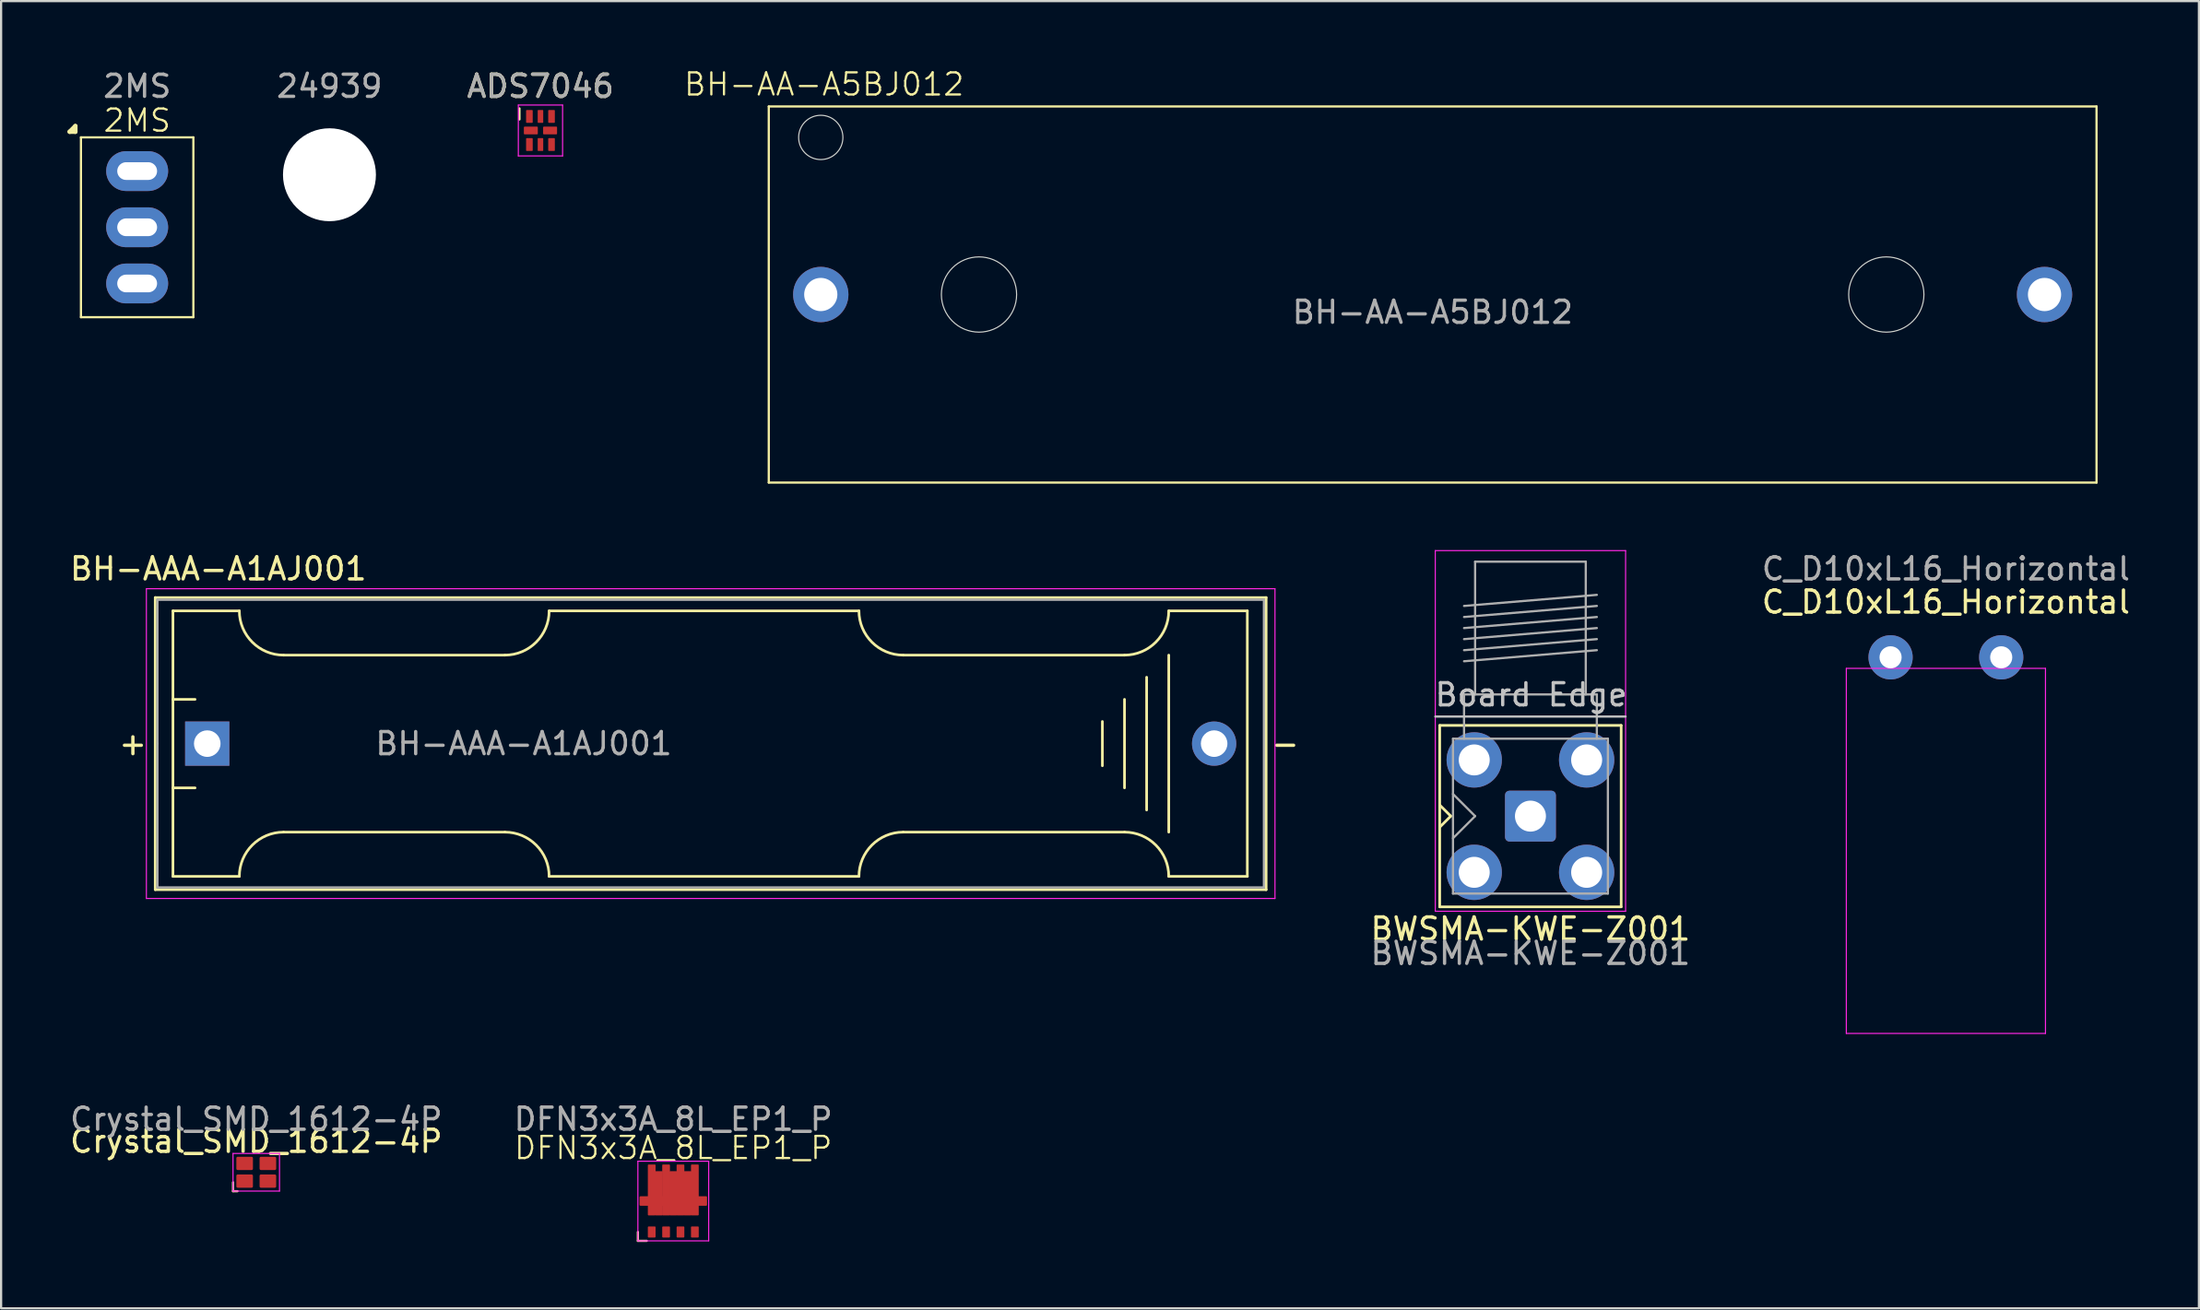
<source format=kicad_pcb>
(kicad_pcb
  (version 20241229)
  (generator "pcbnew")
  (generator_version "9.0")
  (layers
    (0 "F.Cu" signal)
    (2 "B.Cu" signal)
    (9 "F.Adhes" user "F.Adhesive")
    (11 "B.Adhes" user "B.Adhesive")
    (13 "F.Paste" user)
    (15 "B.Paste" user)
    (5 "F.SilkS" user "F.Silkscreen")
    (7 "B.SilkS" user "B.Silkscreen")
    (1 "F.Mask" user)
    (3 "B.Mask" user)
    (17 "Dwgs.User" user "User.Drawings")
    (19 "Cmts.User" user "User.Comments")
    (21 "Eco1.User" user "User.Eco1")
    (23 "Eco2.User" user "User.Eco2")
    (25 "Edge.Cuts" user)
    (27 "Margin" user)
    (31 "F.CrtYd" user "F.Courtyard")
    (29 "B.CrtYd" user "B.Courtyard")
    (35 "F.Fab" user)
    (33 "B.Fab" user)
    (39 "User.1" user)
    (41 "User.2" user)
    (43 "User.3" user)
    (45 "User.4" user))
  (footprint "DFN3x3A_8L_EP1_P"
    (layer "F.Cu")
    (at 27.375 51.232)
    (property "Reference" "DFN3x3A_8L_EP1_P" (at 0 -2.4 0) (unlocked yes) (layer "F.SilkS") (effects (font (size 1 1) (thickness 0.1))))
    (attr smd)
    (fp_line (start -1.6 1.8) (end -1.6 1.4) (stroke (width 0.1) (type default)) (layer "F.SilkS"))
    (fp_line (start -1.6 1.8) (end -1.2 1.8) (stroke (width 0.1) (type default)) (layer "F.SilkS"))
    (fp_line (start -1.6 -1.8) (end 1.6 -1.8) (stroke (width 0.05) (type default)) (layer "F.CrtYd"))
    (fp_line (start -1.6 1.8) (end -1.6 -1.8) (stroke (width 0.05) (type default)) (layer "F.CrtYd"))
    (fp_line (start 1.6 -1.8) (end 1.6 1.8) (stroke (width 0.05) (type default)) (layer "F.CrtYd"))
    (fp_line (start 1.6 1.8) (end -1.6 1.8) (stroke (width 0.05) (type default)) (layer "F.CrtYd"))
    (fp_text user "${REFERENCE}" (at 0 -3.7 0) (unlocked yes) (layer "F.Fab") (effects (font (size 1 1) (thickness 0.15))))
    (pad "1" smd roundrect (at -0.975 1.4) (size 0.35 0.5) (layers "F.Cu" "F.Mask" "F.Paste") (roundrect_rratio 0.1))
    (pad "2" smd roundrect (at -0.325 1.4) (size 0.35 0.5) (layers "F.Cu" "F.Mask" "F.Paste") (roundrect_rratio 0.1))
    (pad "3" smd roundrect (at 0.325 1.4) (size 0.35 0.5) (layers "F.Cu" "F.Mask" "F.Paste") (roundrect_rratio 0.1))
    (pad "4" smd roundrect (at 0.975 1.4) (size 0.35 0.5) (layers "F.Cu" "F.Mask" "F.Paste") (roundrect_rratio 0.1))
    (pad "5" smd roundrect (at 0.975 -0.5) (size 0.35 2.3) (layers "F.Cu" "F.Mask" "F.Paste") (roundrect_rratio 0.1))
    (pad "6" smd roundrect (at 0.325 -0.5) (size 0.35 2.3) (layers "F.Cu" "F.Mask" "F.Paste") (roundrect_rratio 0.1))
    (pad "6" smd roundrect (at 0.65 -0.35) (size 0.35 2) (layers "F.Cu" "F.Mask" "F.Paste") (roundrect_rratio 0.1))
    (pad "7" smd roundrect (at -0.325 -0.5) (size 0.35 2.3) (layers "F.Cu" "F.Mask" "F.Paste") (roundrect_rratio 0.1))
    (pad "7" smd roundrect (at 0 -0.35) (size 0.35 2) (layers "F.Cu" "F.Mask" "F.Paste") (roundrect_rratio 0.1))
    (pad "7" smd roundrect (at 0 0) (size 3.05 0.43) (layers "F.Cu" "F.Mask" "F.Paste") (roundrect_rratio 0.1))
    (pad "8" smd roundrect (at -0.975 -0.5) (size 0.35 2.3) (layers "F.Cu" "F.Mask" "F.Paste") (roundrect_rratio 0.1))
    (pad "8" smd roundrect (at -0.65 -0.35) (size 0.35 2) (layers "F.Cu" "F.Mask" "F.Paste") (roundrect_rratio 0.1)))
  (footprint "Crystal_SMD_1612-4P"
    (layer "F.Cu")
    (at 8.53 49.932)
    (property "Reference" "Crystal_SMD_1612-4P" (at 0 -1.4 0) (unlocked yes) (layer "F.SilkS") (effects (font (size 1 1) (thickness 0.15))))
    (attr smd)
    (fp_line (start -1.049 0.455) (end -1.049 0.855) (stroke (width 0.1) (type default)) (layer "F.SilkS"))
    (fp_line (start -1.049 0.855) (end -0.849 0.855) (stroke (width 0.1) (type default)) (layer "F.SilkS"))
    (fp_line (start -1.05 -0.85) (end 1.05 -0.85) (stroke (width 0.05) (type default)) (layer "F.CrtYd"))
    (fp_line (start -1.05 0.85) (end -1.05 -0.85) (stroke (width 0.05) (type default)) (layer "F.CrtYd"))
    (fp_line (start 1.05 -0.85) (end 1.05 0.85) (stroke (width 0.05) (type default)) (layer "F.CrtYd"))
    (fp_line (start 1.05 0.85) (end -1.05 0.85) (stroke (width 0.05) (type default)) (layer "F.CrtYd"))
    (fp_text user "${REFERENCE}" (at 0 -2.4 0) (unlocked yes) (layer "F.Fab") (effects (font (size 1 1) (thickness 0.15))))
    (pad "1" smd roundrect (at -0.525 0.4) (size 0.75 0.6) (layers "F.Cu" "F.Mask" "F.Paste") (roundrect_rratio 0.1))
    (pad "2" smd roundrect (at 0.525 0.4) (size 0.75 0.6) (layers "F.Cu" "F.Mask" "F.Paste") (roundrect_rratio 0.1))
    (pad "3" smd roundrect (at 0.525 -0.4) (size 0.75 0.6) (layers "F.Cu" "F.Mask" "F.Paste") (roundrect_rratio 0.1))
    (pad "4" smd roundrect (at -0.525 -0.4) (size 0.75 0.6) (layers "F.Cu" "F.Mask" "F.Paste") (roundrect_rratio 0.1)))
  (footprint "BWSMA-KWE-Z001"
    (layer "F.Cu")
    (at 66.109 33.836)
    (property "Reference" "BWSMA-KWE-Z001" (at 0 5.1 0) (unlocked yes) (layer "F.SilkS") (effects (font (size 1 1) (thickness 0.15))))
    (attr through_hole)
    (fp_line (start -4.1 -4.1) (end -4.1 4.1) (stroke (width 0.12) (type solid)) (layer "F.SilkS"))
    (fp_line (start -4.1 -4.1) (end 4.1 -4.1) (stroke (width 0.12) (type solid)) (layer "F.SilkS"))
    (fp_line (start -4.1 0.5) (end -3.6 0) (stroke (width 0.12) (type solid)) (layer "F.SilkS"))
    (fp_line (start -4.1 4.1) (end 4.1 4.1) (stroke (width 0.12) (type solid)) (layer "F.SilkS"))
    (fp_line (start -3.6 0) (end -4.1 -0.5) (stroke (width 0.12) (type solid)) (layer "F.SilkS"))
    (fp_line (start 4.1 -4.1) (end 4.1 4.1) (stroke (width 0.12) (type solid)) (layer "F.SilkS"))
    (fp_line (start 4.3 -4.5) (end -4.3 -4.5) (stroke (width 0.1) (type solid)) (layer "Dwgs.User"))
    (fp_line (start -4.3 -12) (end -4.3 4.3) (stroke (width 0.05) (type solid)) (layer "F.CrtYd"))
    (fp_line (start -4.3 -12) (end 4.3 -12) (stroke (width 0.05) (type solid)) (layer "F.CrtYd"))
    (fp_line (start 4.3 4.3) (end -4.3 4.3) (stroke (width 0.05) (type solid)) (layer "F.CrtYd"))
    (fp_line (start 4.3 4.3) (end 4.3 -12) (stroke (width 0.05) (type solid)) (layer "F.CrtYd"))
    (fp_line (start -3.5 -3.5) (end -3.5 3.5) (stroke (width 0.1) (type solid)) (layer "F.Fab"))
    (fp_line (start -3.5 -3.5) (end 3.5 -3.5) (stroke (width 0.1) (type solid)) (layer "F.Fab"))
    (fp_line (start -3.5 -1) (end -2.5 0) (stroke (width 0.1) (type solid)) (layer "F.Fab"))
    (fp_line (start -3.5 3.5) (end 3.5 3.5) (stroke (width 0.1) (type solid)) (layer "F.Fab"))
    (fp_line (start -3 -9.5) (end 3 -10) (stroke (width 0.1) (type solid)) (layer "F.Fab"))
    (fp_line (start -3 -9) (end 3 -9.5) (stroke (width 0.1) (type solid)) (layer "F.Fab"))
    (fp_line (start -3 -8.5) (end 3 -9) (stroke (width 0.1) (type solid)) (layer "F.Fab"))
    (fp_line (start -3 -8) (end 3 -8.5) (stroke (width 0.1) (type solid)) (layer "F.Fab"))
    (fp_line (start -3 -7.5) (end 3 -8) (stroke (width 0.1) (type solid)) (layer "F.Fab"))
    (fp_line (start -3 -7) (end 3 -7.5) (stroke (width 0.1) (type solid)) (layer "F.Fab"))
    (fp_line (start -3 -5.5) (end -3 -3.5) (stroke (width 0.1) (type solid)) (layer "F.Fab"))
    (fp_line (start -2.5 -11.5) (end -2.5 -5.5) (stroke (width 0.1) (type solid)) (layer "F.Fab"))
    (fp_line (start -2.5 -11.5) (end 2.5 -11.5) (stroke (width 0.1) (type solid)) (layer "F.Fab"))
    (fp_line (start -2.5 0) (end -3.5 1) (stroke (width 0.1) (type solid)) (layer "F.Fab"))
    (fp_line (start 2.5 -11.5) (end 2.5 -5.5) (stroke (width 0.1) (type solid)) (layer "F.Fab"))
    (fp_line (start 3 -5.5) (end -3 -5.5) (stroke (width 0.1) (type solid)) (layer "F.Fab"))
    (fp_line (start 3 -5.5) (end 3 -3.5) (stroke (width 0.1) (type solid)) (layer "F.Fab"))
    (fp_line (start 3.5 -3.5) (end 3.5 3.5) (stroke (width 0.1) (type solid)) (layer "F.Fab"))
    (fp_text user "Board Edge" (at -4.4 -4.9 0) (unlocked yes) (layer "Dwgs.User") (effects (font (size 1 1) (thickness 0.15)) (justify left bottom)))
    (fp_text user "${REFERENCE}" (at 0 6.2 0) (layer "F.Fab") (effects (font (size 1 1) (thickness 0.15))))
    (pad "1" thru_hole roundrect (at 0 0) (size 2.3 2.3) (drill 1.4) (layers "*.Cu" "*.Mask") (remove_unused_layers yes) (keep_end_layers yes) (zone_layer_connections) (roundrect_rratio 0.087))
    (pad "2" thru_hole circle (at -2.54 -2.54) (size 2.5 2.5) (drill 1.4) (layers "*.Cu" "*.Mask") (remove_unused_layers yes) (keep_end_layers yes) (zone_layer_connections))
    (pad "2" thru_hole circle (at -2.54 2.54) (size 2.5 2.5) (drill 1.4) (layers "*.Cu" "*.Mask") (remove_unused_layers yes) (keep_end_layers yes) (zone_layer_connections))
    (pad "2" thru_hole circle (at 2.54 -2.54) (size 2.5 2.5) (drill 1.4) (layers "*.Cu" "*.Mask") (remove_unused_layers yes) (keep_end_layers yes) (zone_layer_connections))
    (pad "2" thru_hole circle (at 2.54 2.54) (size 2.5 2.5) (drill 1.4) (layers "*.Cu" "*.Mask") (remove_unused_layers yes) (keep_end_layers yes) (zone_layer_connections)))
  (footprint "2MS"
    (layer "F.Cu")
    (at 3.148 4.682)
    (property "Reference" "2MS" (at 0 -2.286 0) (unlocked yes) (layer "F.SilkS") (effects (font (size 1 1) (thickness 0.1))))
    (attr through_hole)
    (fp_line (start -3.048 -1.778) (end -2.794 -1.778) (stroke (width 0.2) (type default)) (layer "F.SilkS"))
    (fp_line (start -2.794 -2.032) (end -3.048 -1.778) (stroke (width 0.2) (type default)) (layer "F.SilkS"))
    (fp_line (start -2.794 -1.778) (end -2.794 -2.032) (stroke (width 0.2) (type default)) (layer "F.SilkS"))
    (fp_line (start -2.54 -1.524) (end -2.54 6.604) (stroke (width 0.1) (type default)) (layer "F.SilkS"))
    (fp_line (start -2.54 6.604) (end 2.54 6.604) (stroke (width 0.1) (type default)) (layer "F.SilkS"))
    (fp_line (start 2.54 -1.524) (end -2.54 -1.524) (stroke (width 0.1) (type default)) (layer "F.SilkS"))
    (fp_line (start 2.54 6.604) (end 2.54 -1.524) (stroke (width 0.1) (type default)) (layer "F.SilkS"))
    (fp_text user "${REFERENCE}" (at 0 -3.834 0) (unlocked yes) (layer "F.Fab") (effects (font (size 1 1) (thickness 0.15))))
    (pad "1" thru_hole oval (at 0 0) (size 2.8 1.8) (drill oval 1.8 0.8) (layers "*.Cu" "*.Mask"))
    (pad "2" thru_hole oval (at 0 2.54) (size 2.8 1.8) (drill oval 1.8 0.8) (layers "*.Cu" "*.Mask"))
    (pad "3" thru_hole oval (at 0 5.08) (size 2.8 1.8) (drill oval 1.8 0.8) (layers "*.Cu" "*.Mask")))
  (footprint "24939"
    (layer "F.Cu")
    (at 11.838 4.848)
    (property "Reference" "24939" (at 0 -4 0) (unlocked yes) (layer "F.SilkS") (effects (font (size 1 1) (thickness 0.1))))
    (attr through_hole)
    (fp_text user "${REFERENCE}" (at 0 -4 0) (unlocked yes) (layer "F.Fab") (effects (font (size 1 1) (thickness 0.15))))
    (pad "MP" thru_hole circle (at 0 0) (size 6.2 6.2) (drill 4.2) (layers "*.Cu" "F.Mask") (remove_unused_layers yes) (zone_layer_connections)))
  (footprint "ADS7046"
    (layer "F.Cu")
    (at 21.373 2.848)
    (property "Reference" "ADS7046" (at 0 -2 0) (unlocked yes) (layer "F.SilkS") (effects (font (size 1 1) (thickness 0.15))))
    (attr smd)
    (fp_line (start -0.95 -1) (end -0.95 -0.5) (stroke (width 0.1) (type default)) (layer "F.SilkS"))
    (fp_line (start -1 1.15) (end -1 -1.15) (stroke (width 0.05) (type default)) (layer "F.CrtYd"))
    (fp_line (start 1 -1.15) (end -1 -1.15) (stroke (width 0.05) (type default)) (layer "F.CrtYd"))
    (fp_line (start 1 1.15) (end -1 1.15) (stroke (width 0.05) (type default)) (layer "F.CrtYd"))
    (fp_line (start 1 1.15) (end 1 -1.15) (stroke (width 0.05) (type default)) (layer "F.CrtYd"))
    (fp_text user "${REFERENCE}" (at 0 -2 0) (unlocked yes) (layer "F.Fab") (effects (font (size 1 1) (thickness 0.15))))
    (pad "1" smd roundrect (at -0.5 -0.635) (size 0.3 0.58) (layers "F.Cu" "F.Mask" "F.Paste") (roundrect_rratio 0.1))
    (pad "2" smd roundrect (at 0 -0.635) (size 0.25 0.58) (layers "F.Cu" "F.Mask" "F.Paste") (roundrect_rratio 0.1))
    (pad "3" smd roundrect (at 0.5 -0.635) (size 0.3 0.58) (layers "F.Cu" "F.Mask" "F.Paste") (roundrect_rratio 0.1))
    (pad "4" smd roundrect (at 0.435 0) (size 0.63 0.35) (layers "F.Cu" "F.Mask" "F.Paste") (roundrect_rratio 0.1))
    (pad "5" smd roundrect (at 0.5 0.635) (size 0.3 0.58) (layers "F.Cu" "F.Mask" "F.Paste") (roundrect_rratio 0.1))
    (pad "6" smd roundrect (at 0 0.635) (size 0.25 0.58) (layers "F.Cu" "F.Mask" "F.Paste") (roundrect_rratio 0.1))
    (pad "7" smd roundrect (at -0.5 0.635) (size 0.3 0.58) (layers "F.Cu" "F.Mask" "F.Paste") (roundrect_rratio 0.1))
    (pad "8" smd roundrect (at -0.435 0) (size 0.63 0.35) (layers "F.Cu" "F.Mask" "F.Paste") (roundrect_rratio 0.1)))
  (footprint "C_D10xL16_Horizontal"
    (layer "F.Cu")
    (at 82.383 26.659)
    (property "Reference" "C_D10xL16_Horizontal" (at 2.5 -2.5 0) (unlocked yes) (layer "F.SilkS") (effects (font (size 1 1) (thickness 0.15))))
    (attr through_hole)
    (fp_line (start -2 0.5) (end -2 17) (stroke (width 0.05) (type default)) (layer "F.CrtYd"))
    (fp_line (start -2 17) (end 7 17) (stroke (width 0.05) (type default)) (layer "F.CrtYd"))
    (fp_line (start 7 0.5) (end -2 0.5) (stroke (width 0.05) (type default)) (layer "F.CrtYd"))
    (fp_line (start 7 17) (end 7 0.5) (stroke (width 0.05) (type default)) (layer "F.CrtYd"))
    (fp_text user "${REFERENCE}" (at 2.5 -4 0) (unlocked yes) (layer "F.Fab") (effects (font (size 1 1) (thickness 0.15))))
    (pad "1" thru_hole circle (at 0 0) (size 2 2) (drill 1) (layers "*.Cu" "*.Mask") (remove_unused_layers yes) (keep_end_layers yes) (zone_layer_connections))
    (pad "2" thru_hole circle (at 5 0) (size 2 2) (drill 1) (layers "*.Cu" "*.Mask") (remove_unused_layers yes) (keep_end_layers yes) (zone_layer_connections)))
  (footprint "BH-AAA-A1AJ001"
    (layer "F.Cu")
    (at 6.815 30.559)
    (property "Reference" "BH-AAA-A1AJ001" (at 0 -7.9 0) (unlocked yes) (layer "F.SilkS") (effects (font (size 1 1) (thickness 0.15))))
    (attr through_hole)
    (fp_line (start -2.85 -6.6) (end -2.85 6.6) (stroke (width 0.12) (type solid)) (layer "F.SilkS"))
    (fp_line (start -2.85 6.6) (end 47.35 6.6) (stroke (width 0.12) (type solid)) (layer "F.SilkS"))
    (fp_line (start -2.05 -6) (end -2.05 6) (stroke (width 0.12) (type solid)) (layer "F.SilkS"))
    (fp_line (start -2.05 -6) (end 0.95 -6) (stroke (width 0.12) (type solid)) (layer "F.SilkS"))
    (fp_line (start -2.05 -2) (end -1.05 -2) (stroke (width 0.12) (type solid)) (layer "F.SilkS"))
    (fp_line (start -2.05 6) (end 0.95 6) (stroke (width 0.12) (type solid)) (layer "F.SilkS"))
    (fp_line (start -1.05 2) (end -2.05 2) (stroke (width 0.12) (type solid)) (layer "F.SilkS"))
    (fp_line (start 2.95 -4) (end 12.95 -4) (stroke (width 0.12) (type solid)) (layer "F.SilkS"))
    (fp_line (start 2.95 4) (end 12.95 4) (stroke (width 0.12) (type solid)) (layer "F.SilkS"))
    (fp_line (start 14.95 6) (end 28.95 6) (stroke (width 0.12) (type solid)) (layer "F.SilkS"))
    (fp_line (start 28.95 -6) (end 14.95 -6) (stroke (width 0.12) (type solid)) (layer "F.SilkS"))
    (fp_line (start 39.95 -1) (end 39.95 1) (stroke (width 0.12) (type solid)) (layer "F.SilkS"))
    (fp_line (start 40.95 -4) (end 30.95 -4) (stroke (width 0.12) (type solid)) (layer "F.SilkS"))
    (fp_line (start 40.95 -2) (end 40.95 2) (stroke (width 0.12) (type solid)) (layer "F.SilkS"))
    (fp_line (start 40.95 4) (end 30.95 4) (stroke (width 0.12) (type solid)) (layer "F.SilkS"))
    (fp_line (start 41.95 3) (end 41.95 -3) (stroke (width 0.12) (type solid)) (layer "F.SilkS"))
    (fp_line (start 42.95 -4) (end 42.95 4) (stroke (width 0.12) (type solid)) (layer "F.SilkS"))
    (fp_line (start 46.5 -6) (end 42.95 -6) (stroke (width 0.12) (type solid)) (layer "F.SilkS"))
    (fp_line (start 46.5 -6) (end 46.5 6) (stroke (width 0.12) (type solid)) (layer "F.SilkS"))
    (fp_line (start 46.5 6) (end 42.95 6) (stroke (width 0.12) (type solid)) (layer "F.SilkS"))
    (fp_line (start 47.35 -6.6) (end -2.85 -6.6) (stroke (width 0.12) (type solid)) (layer "F.SilkS"))
    (fp_line (start 47.35 6.6) (end 47.35 -6.6) (stroke (width 0.12) (type solid)) (layer "F.SilkS"))
    (fp_arc (start 0.95 6) (mid 1.535786 4.585786) (end 2.95 4) (stroke (width 0.12) (type solid)) (layer "F.SilkS"))
    (fp_arc (start 2.95 -4) (mid 1.535786 -4.585786) (end 0.95 -6) (stroke (width 0.12) (type solid)) (layer "F.SilkS"))
    (fp_arc (start 12.95 4) (mid 14.364214 4.585786) (end 14.95 6) (stroke (width 0.12) (type solid)) (layer "F.SilkS"))
    (fp_arc (start 14.95 -6) (mid 14.364214 -4.585786) (end 12.95 -4) (stroke (width 0.12) (type solid)) (layer "F.SilkS"))
    (fp_arc (start 28.95 6) (mid 29.535786 4.585786) (end 30.95 4) (stroke (width 0.12) (type solid)) (layer "F.SilkS"))
    (fp_arc (start 30.95 -4) (mid 29.535786 -4.585786) (end 28.95 -6) (stroke (width 0.12) (type solid)) (layer "F.SilkS"))
    (fp_arc (start 40.95 4) (mid 42.364214 4.585786) (end 42.95 6) (stroke (width 0.12) (type solid)) (layer "F.SilkS"))
    (fp_arc (start 42.95 -6) (mid 42.364214 -4.585786) (end 40.95 -4) (stroke (width 0.12) (type solid)) (layer "F.SilkS"))
    (fp_line (start -3.25 -7) (end -3.25 7) (stroke (width 0.05) (type solid)) (layer "F.CrtYd"))
    (fp_line (start -3.25 7) (end 47.75 7) (stroke (width 0.05) (type solid)) (layer "F.CrtYd"))
    (fp_line (start 47.75 -7) (end -3.25 -7) (stroke (width 0.05) (type solid)) (layer "F.CrtYd"))
    (fp_line (start 47.75 7) (end 47.75 -7) (stroke (width 0.05) (type solid)) (layer "F.CrtYd"))
    (fp_line (start -2.75 -6.5) (end 47.25 -6.5) (stroke (width 0.1) (type solid)) (layer "F.Fab"))
    (fp_line (start -2.75 0) (end -2.75 -6.5) (stroke (width 0.1) (type solid)) (layer "F.Fab"))
    (fp_line (start -2.75 6.5) (end -2.75 0) (stroke (width 0.1) (type solid)) (layer "F.Fab"))
    (fp_line (start 47.25 -6.5) (end 47.25 6.5) (stroke (width 0.1) (type solid)) (layer "F.Fab"))
    (fp_line (start 47.25 6.5) (end -2.75 6.5) (stroke (width 0.1) (type solid)) (layer "F.Fab"))
    (fp_text user "-" (at 48.21 0 0) (layer "F.SilkS") (effects (font (size 1 1) (thickness 0.15))))
    (fp_text user "+" (at -3.86 0 0) (layer "F.SilkS") (effects (font (size 1 1) (thickness 0.15))))
    (fp_text user "${REFERENCE}" (at 13.8 0 0) (layer "F.Fab") (effects (font (size 1 1) (thickness 0.15))))
    (pad "1" thru_hole rect (at -0.5 0) (size 2 2) (drill 1.2) (layers "*.Cu" "*.Mask"))
    (pad "2" thru_hole circle (at 45 0) (size 2 2) (drill 1.2) (layers "*.Cu" "*.Mask")))
  (footprint "BH-AA-A5BJ012"
    (layer "F.Cu")
    (at 61.69 10.261)
    (property "Reference" "BH-AA-A5BJ012" (at -27.5 -9.5 0) (unlocked yes) (layer "F.SilkS") (effects (font (size 1 1) (thickness 0.1))))
    (attr through_hole)
    (fp_line (start -30 -8.5) (end -30 8.5) (stroke (width 0.1) (type default)) (layer "F.SilkS"))
    (fp_line (start -30 -8.5) (end 30 -8.5) (stroke (width 0.1) (type default)) (layer "F.SilkS"))
    (fp_line (start -30 8.5) (end 30 8.5) (stroke (width 0.1) (type default)) (layer "F.SilkS"))
    (fp_line (start 30 -8.5) (end 30 8.5) (stroke (width 0.1) (type default)) (layer "F.SilkS"))
    (fp_circle (center -27.65 -7.1) (end -26.65 -7.1) (stroke (width 0.05) (type default)) (fill no) (layer "Edge.Cuts"))
    (fp_circle (center -20.5 0) (end -18.8 0) (stroke (width 0.05) (type default)) (fill no) (layer "Edge.Cuts"))
    (fp_circle (center 20.5 0) (end 22.2 0) (stroke (width 0.05) (type default)) (fill no) (layer "Edge.Cuts"))
    (fp_text user "${REFERENCE}" (at 0 0.8 0) (unlocked yes) (layer "F.Fab") (effects (font (size 1 1) (thickness 0.15))))
    (pad "1" thru_hole circle (at -27.65 0) (size 2.5 2.5) (drill 1.5) (layers "*.Cu" "*.Mask"))
    (pad "2" thru_hole circle (at 27.65 0) (size 2.5 2.5) (drill 1.5) (layers "*.Cu" "*.Mask")))
  (gr_rect
    (start -3 -3)
    (end 96.317 56.082)
    (stroke (width 0.1) (type default))
    (fill no)
    (layer "Edge.Cuts")))
</source>
